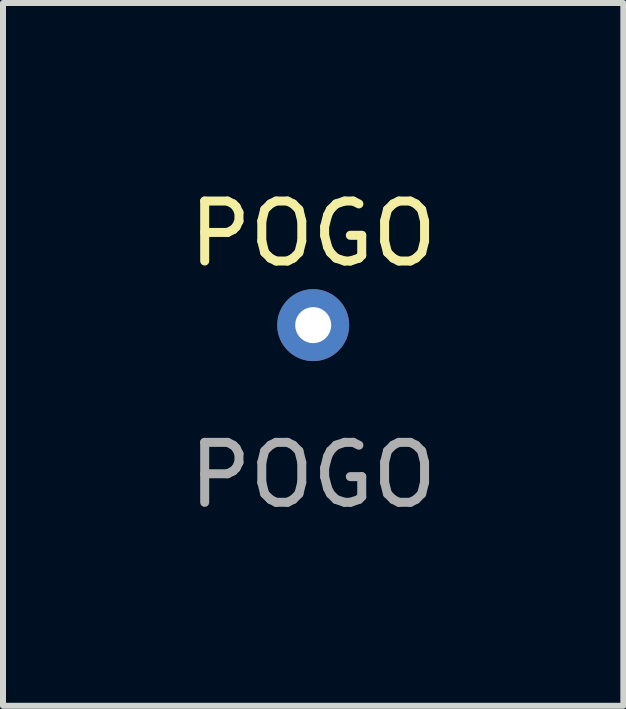
<source format=kicad_pcb>
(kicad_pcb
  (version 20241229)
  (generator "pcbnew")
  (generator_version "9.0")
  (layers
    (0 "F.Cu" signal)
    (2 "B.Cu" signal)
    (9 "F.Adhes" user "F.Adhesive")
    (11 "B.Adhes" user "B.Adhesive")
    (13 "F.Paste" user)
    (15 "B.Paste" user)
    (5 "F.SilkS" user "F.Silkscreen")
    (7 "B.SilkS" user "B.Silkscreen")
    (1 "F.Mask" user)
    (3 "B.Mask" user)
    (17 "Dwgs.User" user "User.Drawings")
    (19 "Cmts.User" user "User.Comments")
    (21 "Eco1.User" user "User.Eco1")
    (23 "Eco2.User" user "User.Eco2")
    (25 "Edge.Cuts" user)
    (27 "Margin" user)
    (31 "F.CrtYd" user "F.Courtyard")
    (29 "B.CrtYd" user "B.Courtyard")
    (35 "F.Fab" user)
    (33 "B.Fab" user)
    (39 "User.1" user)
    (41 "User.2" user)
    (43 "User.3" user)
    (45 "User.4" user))
  (footprint "POGO"
    (layer "F.Cu")
    (at 2.173 2.372)
    (property "Reference" "POGO" (at 0 -1.524 0) (unlocked yes) (layer "F.SilkS") (effects (font (size 1 1) (thickness 0.15))))
    (attr through_hole)
    (fp_text user "${REFERENCE}" (at 0 2.5 0) (unlocked yes) (layer "F.Fab") (effects (font (size 1 1) (thickness 0.15))))
    (pad "1" thru_hole circle (at 0 0) (size 1.2 1.2) (drill 0.6) (layers "*.Cu" "*.Mask")))
  (gr_rect
    (start -3 -3)
    (end 7.345 8.72)
    (stroke (width 0.1) (type default))
    (fill no)
    (layer "Edge.Cuts")))
</source>
